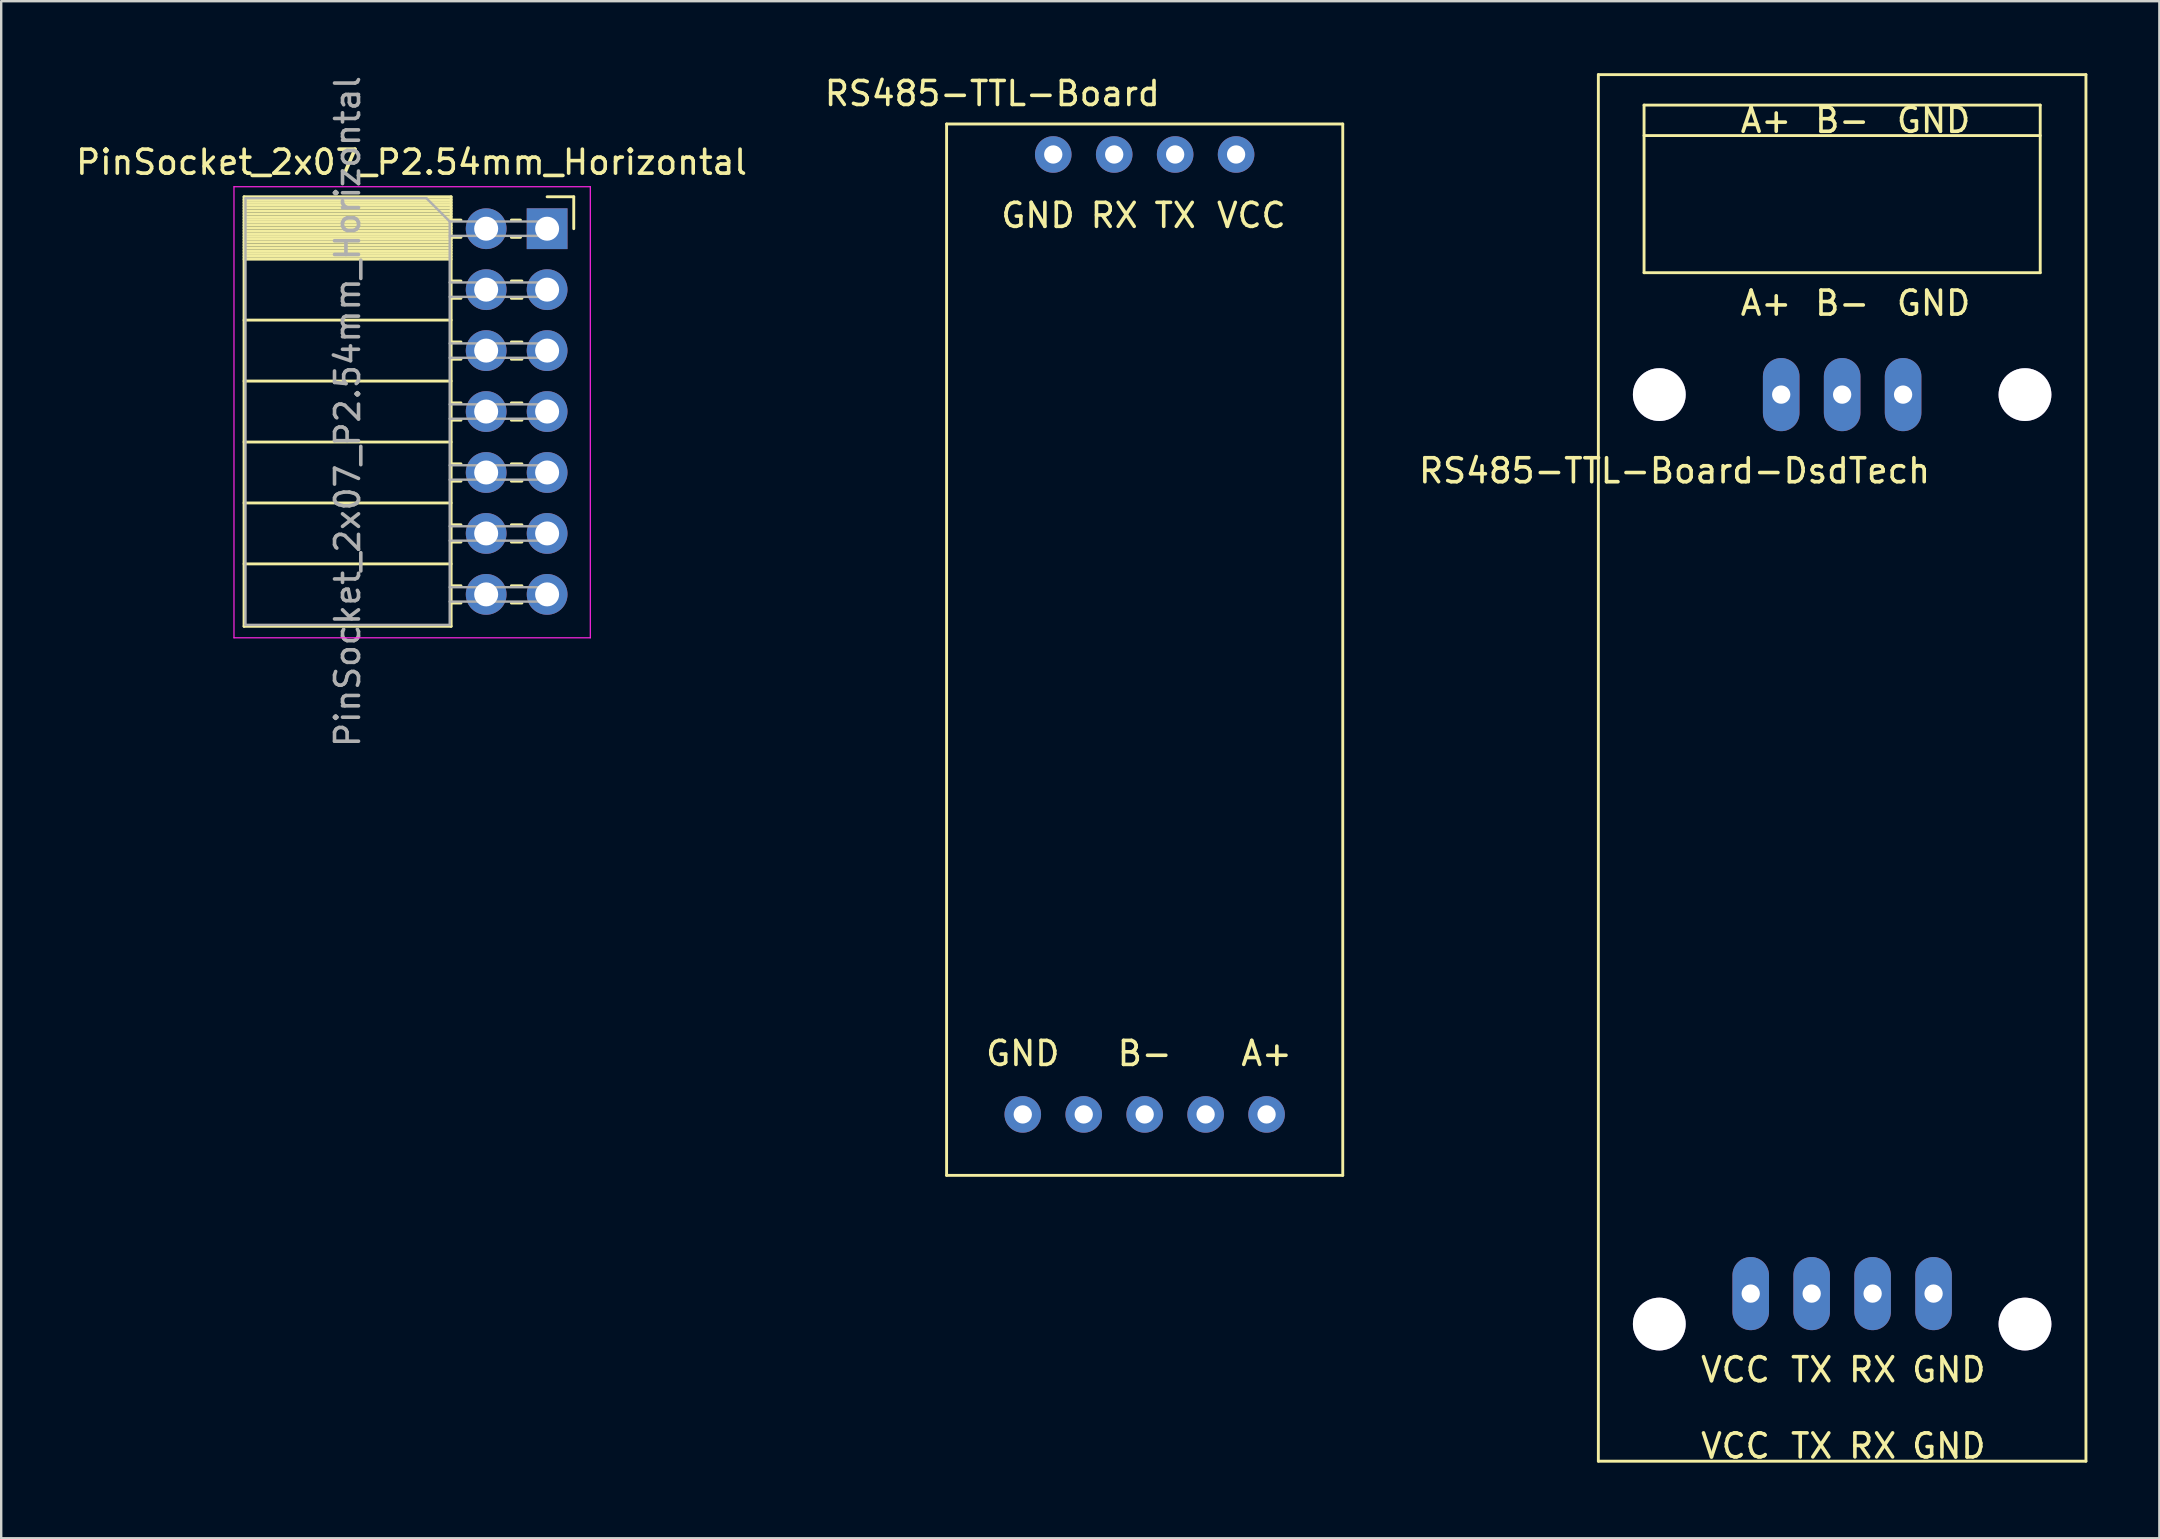
<source format=kicad_pcb>
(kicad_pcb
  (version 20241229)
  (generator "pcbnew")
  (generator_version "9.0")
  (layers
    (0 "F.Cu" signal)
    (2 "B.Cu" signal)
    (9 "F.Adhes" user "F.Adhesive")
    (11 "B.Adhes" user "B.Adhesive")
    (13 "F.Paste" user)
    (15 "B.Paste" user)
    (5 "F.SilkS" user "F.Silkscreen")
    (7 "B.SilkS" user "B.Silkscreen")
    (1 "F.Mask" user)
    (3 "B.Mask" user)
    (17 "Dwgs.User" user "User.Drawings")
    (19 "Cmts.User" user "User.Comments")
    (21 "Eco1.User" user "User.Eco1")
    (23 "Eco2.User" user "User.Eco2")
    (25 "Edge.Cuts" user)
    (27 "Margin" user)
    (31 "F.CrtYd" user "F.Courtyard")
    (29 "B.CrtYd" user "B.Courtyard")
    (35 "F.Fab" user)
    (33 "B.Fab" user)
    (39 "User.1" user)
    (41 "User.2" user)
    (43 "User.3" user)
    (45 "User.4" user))
  (footprint "RS485-TTL-Board"
    (layer "F.Cu")
    (at 44.654 23.708)
    (property "Reference" "RS485-TTL-Board" (at -6.35 -22.86 0) (layer "F.SilkS") (effects (font (size 1 1) (thickness 0.15))))
    (attr through_hole)
    (fp_line (start -8.255 -21.59) (end -8.255 22.225) (stroke (width 0.12) (type solid)) (layer "F.SilkS"))
    (fp_line (start -8.255 -21.59) (end 8.255 -21.59) (stroke (width 0.12) (type solid)) (layer "F.SilkS"))
    (fp_line (start -8.255 22.225) (end 8.255 22.225) (stroke (width 0.12) (type solid)) (layer "F.SilkS"))
    (fp_line (start 8.255 22.225) (end 8.255 -21.59) (stroke (width 0.12) (type solid)) (layer "F.SilkS"))
    (fp_text user "GND" (at -4.445 -17.78 0) (layer "F.SilkS") (effects (font (size 1 1) (thickness 0.15))))
    (fp_text user "RX" (at -1.27 -17.78 0) (layer "F.SilkS") (effects (font (size 1 1) (thickness 0.15))))
    (fp_text user "TX" (at 1.27 -17.78 0) (layer "F.SilkS") (effects (font (size 1 1) (thickness 0.15))))
    (fp_text user "VCC" (at 4.445 -17.78 0) (layer "F.SilkS") (effects (font (size 1 1) (thickness 0.15))))
    (fp_text user "A+" (at 5.08 17.145 0) (layer "F.SilkS") (effects (font (size 1 1) (thickness 0.15))))
    (fp_text user "GND" (at -5.08 17.145 0) (layer "F.SilkS") (effects (font (size 1 1) (thickness 0.15))))
    (fp_text user "B-" (at 0 17.145 0) (layer "F.SilkS") (effects (font (size 1 1) (thickness 0.15))))
    (pad "" thru_hole circle (at -2.54 19.685) (size 1.524 1.524) (drill 0.762) (layers "*.Cu" "*.Mask"))
    (pad "" thru_hole circle (at 2.54 19.685) (size 1.524 1.524) (drill 0.762) (layers "*.Cu" "*.Mask"))
    (pad "1" thru_hole circle (at 3.81 -20.32) (size 1.524 1.524) (drill 0.762) (layers "*.Cu" "*.Mask"))
    (pad "2" thru_hole circle (at 1.27 -20.32) (size 1.524 1.524) (drill 0.762) (layers "*.Cu" "*.Mask"))
    (pad "3" thru_hole circle (at -1.27 -20.32) (size 1.524 1.524) (drill 0.762) (layers "*.Cu" "*.Mask"))
    (pad "4" thru_hole circle (at -3.81 -20.32) (size 1.524 1.524) (drill 0.762) (layers "*.Cu" "*.Mask"))
    (pad "5" thru_hole circle (at -5.08 19.685) (size 1.524 1.524) (drill 0.762) (layers "*.Cu" "*.Mask"))
    (pad "6" thru_hole circle (at 0 19.685) (size 1.524 1.524) (drill 0.762) (layers "*.Cu" "*.Mask"))
    (pad "7" thru_hole circle (at 5.08 19.685) (size 1.524 1.524) (drill 0.762) (layers "*.Cu" "*.Mask")))
  (footprint "RS485-TTL-Board-DsdTech"
    (layer "F.Cu")
    (at 73.721 29.905)
    (property "Reference" "RS485-TTL-Board-DsdTech" (at -6.985 -13.335 0) (layer "F.SilkS") (effects (font (size 1 1) (thickness 0.15))))
    (attr through_hole)
    (fp_line (start -10.16 -29.845) (end -10.16 27.94) (stroke (width 0.12) (type solid)) (layer "F.SilkS"))
    (fp_line (start -10.16 -29.845) (end 10.16 -29.845) (stroke (width 0.12) (type solid)) (layer "F.SilkS"))
    (fp_line (start -10.16 27.94) (end 10.16 27.94) (stroke (width 0.12) (type solid)) (layer "F.SilkS"))
    (fp_line (start -8.255 -28.575) (end 8.255 -28.575) (stroke (width 0.12) (type solid)) (layer "F.SilkS"))
    (fp_line (start -8.255 -27.305) (end 8.255 -27.305) (stroke (width 0.12) (type solid)) (layer "F.SilkS"))
    (fp_line (start -8.255 -21.59) (end -8.255 -28.575) (stroke (width 0.12) (type solid)) (layer "F.SilkS"))
    (fp_line (start 8.255 -28.575) (end 8.255 -21.59) (stroke (width 0.12) (type solid)) (layer "F.SilkS"))
    (fp_line (start 8.255 -21.59) (end -8.255 -21.59) (stroke (width 0.12) (type solid)) (layer "F.SilkS"))
    (fp_line (start 10.16 27.94) (end 10.16 -29.845) (stroke (width 0.12) (type solid)) (layer "F.SilkS"))
    (fp_text user "TX" (at -1.27 24.13 0) (layer "F.SilkS") (effects (font (size 1 1) (thickness 0.15))))
    (fp_text user "VCC" (at -4.445 27.305 0) (layer "F.SilkS") (effects (font (size 1 1) (thickness 0.15))))
    (fp_text user "B-" (at 0 -27.94 0) (layer "F.SilkS") (effects (font (size 1 1) (thickness 0.15))))
    (fp_text user "RX" (at 1.27 24.13 0) (layer "F.SilkS") (effects (font (size 1 1) (thickness 0.15))))
    (fp_text user "A+" (at -3.175 -20.32 0) (layer "F.SilkS") (effects (font (size 1 1) (thickness 0.15))))
    (fp_text user "GND" (at 3.81 -27.94 0) (layer "F.SilkS") (effects (font (size 1 1) (thickness 0.15))))
    (fp_text user "RX" (at 1.27 27.305 0) (layer "F.SilkS") (effects (font (size 1 1) (thickness 0.15))))
    (fp_text user "B-" (at 0 -20.32 0) (layer "F.SilkS") (effects (font (size 1 1) (thickness 0.15))))
    (fp_text user "GND" (at 4.445 24.13 0) (layer "F.SilkS") (effects (font (size 1 1) (thickness 0.15))))
    (fp_text user "GND" (at 4.445 27.305 0) (layer "F.SilkS") (effects (font (size 1 1) (thickness 0.15))))
    (fp_text user "GND" (at 3.81 -20.32 0) (layer "F.SilkS") (effects (font (size 1 1) (thickness 0.15))))
    (fp_text user "TX" (at -1.27 27.305 0) (layer "F.SilkS") (effects (font (size 1 1) (thickness 0.15))))
    (fp_text user "VCC" (at -4.445 24.13 0) (layer "F.SilkS") (effects (font (size 1 1) (thickness 0.15))))
    (fp_text user "A+" (at -3.175 -27.94 0) (layer "F.SilkS") (effects (font (size 1 1) (thickness 0.15))))
    (pad "1" thru_hole oval (at -3.81 20.955) (size 1.524 3.048) (drill 0.762) (layers "*.Cu" "*.Mask"))
    (pad "2" thru_hole oval (at -1.27 20.955) (size 1.524 3.048) (drill 0.762) (layers "*.Cu" "*.Mask"))
    (pad "3" thru_hole oval (at 1.27 20.955) (size 1.524 3.048) (drill 0.762) (layers "*.Cu" "*.Mask"))
    (pad "4" thru_hole oval (at 3.81 20.955) (size 1.524 3.048) (drill 0.762) (layers "*.Cu" "*.Mask"))
    (pad "5" thru_hole oval (at 2.54 -16.51) (size 1.524 3.048) (drill 0.762) (layers "*.Cu" "*.Mask"))
    (pad "6" thru_hole oval (at 0 -16.51) (size 1.524 3.048) (drill 0.762) (layers "*.Cu" "*.Mask"))
    (pad "7" thru_hole oval (at -2.54 -16.51) (size 1.524 3.048) (drill 0.762) (layers "*.Cu" "*.Mask"))
    (pad "8" thru_hole circle (at -7.62 -16.51) (size 2.2 2.2) (drill 2.2) (layers "*.Cu" "*.Mask"))
    (pad "8" thru_hole circle (at -7.62 22.225) (size 2.2 2.2) (drill 2.2) (layers "*.Cu" "*.Mask"))
    (pad "8" thru_hole circle (at 7.62 -16.51) (size 2.2 2.2) (drill 2.2) (layers "*.Cu" "*.Mask"))
    (pad "8" thru_hole circle (at 7.62 22.225) (size 2.2 2.2) (drill 2.2) (layers "*.Cu" "*.Mask")))
  (footprint "PinSocket_2x07_P2.54mm_Horizontal"
    (layer "F.Cu")
    (at 19.751 6.481)
    (property "Reference" "PinSocket_2x07_P2.54mm_Horizontal" (at -5.65 -2.77 0) (layer "F.SilkS") (effects (font (size 1 1) (thickness 0.15))))
    (attr through_hole)
    (fp_line (start -12.63 -1.33) (end -12.63 16.57) (stroke (width 0.12) (type solid)) (layer "F.SilkS"))
    (fp_line (start -12.63 -1.33) (end -4 -1.33) (stroke (width 0.12) (type solid)) (layer "F.SilkS"))
    (fp_line (start -12.63 -1.21) (end -4 -1.21) (stroke (width 0.12) (type solid)) (layer "F.SilkS"))
    (fp_line (start -12.63 -1.092) (end -4 -1.092) (stroke (width 0.12) (type solid)) (layer "F.SilkS"))
    (fp_line (start -12.63 -0.974) (end -4 -0.974) (stroke (width 0.12) (type solid)) (layer "F.SilkS"))
    (fp_line (start -12.63 -0.856) (end -4 -0.856) (stroke (width 0.12) (type solid)) (layer "F.SilkS"))
    (fp_line (start -12.63 -0.738) (end -4 -0.738) (stroke (width 0.12) (type solid)) (layer "F.SilkS"))
    (fp_line (start -12.63 -0.62) (end -4 -0.62) (stroke (width 0.12) (type solid)) (layer "F.SilkS"))
    (fp_line (start -12.63 -0.501) (end -4 -0.501) (stroke (width 0.12) (type solid)) (layer "F.SilkS"))
    (fp_line (start -12.63 -0.383) (end -4 -0.383) (stroke (width 0.12) (type solid)) (layer "F.SilkS"))
    (fp_line (start -12.63 -0.265) (end -4 -0.265) (stroke (width 0.12) (type solid)) (layer "F.SilkS"))
    (fp_line (start -12.63 -0.147) (end -4 -0.147) (stroke (width 0.12) (type solid)) (layer "F.SilkS"))
    (fp_line (start -12.63 -0.029) (end -4 -0.029) (stroke (width 0.12) (type solid)) (layer "F.SilkS"))
    (fp_line (start -12.63 0.089) (end -4 0.089) (stroke (width 0.12) (type solid)) (layer "F.SilkS"))
    (fp_line (start -12.63 0.207) (end -4 0.207) (stroke (width 0.12) (type solid)) (layer "F.SilkS"))
    (fp_line (start -12.63 0.325) (end -4 0.325) (stroke (width 0.12) (type solid)) (layer "F.SilkS"))
    (fp_line (start -12.63 0.443) (end -4 0.443) (stroke (width 0.12) (type solid)) (layer "F.SilkS"))
    (fp_line (start -12.63 0.561) (end -4 0.561) (stroke (width 0.12) (type solid)) (layer "F.SilkS"))
    (fp_line (start -12.63 0.68) (end -4 0.68) (stroke (width 0.12) (type solid)) (layer "F.SilkS"))
    (fp_line (start -12.63 0.798) (end -4 0.798) (stroke (width 0.12) (type solid)) (layer "F.SilkS"))
    (fp_line (start -12.63 0.916) (end -4 0.916) (stroke (width 0.12) (type solid)) (layer "F.SilkS"))
    (fp_line (start -12.63 1.034) (end -4 1.034) (stroke (width 0.12) (type solid)) (layer "F.SilkS"))
    (fp_line (start -12.63 1.152) (end -4 1.152) (stroke (width 0.12) (type solid)) (layer "F.SilkS"))
    (fp_line (start -12.63 1.27) (end -4 1.27) (stroke (width 0.12) (type solid)) (layer "F.SilkS"))
    (fp_line (start -12.63 3.81) (end -4 3.81) (stroke (width 0.12) (type solid)) (layer "F.SilkS"))
    (fp_line (start -12.63 6.35) (end -4 6.35) (stroke (width 0.12) (type solid)) (layer "F.SilkS"))
    (fp_line (start -12.63 8.89) (end -4 8.89) (stroke (width 0.12) (type solid)) (layer "F.SilkS"))
    (fp_line (start -12.63 11.43) (end -4 11.43) (stroke (width 0.12) (type solid)) (layer "F.SilkS"))
    (fp_line (start -12.63 13.97) (end -4 13.97) (stroke (width 0.12) (type solid)) (layer "F.SilkS"))
    (fp_line (start -12.63 16.57) (end -4 16.57) (stroke (width 0.12) (type solid)) (layer "F.SilkS"))
    (fp_line (start -4 -1.33) (end -4 16.57) (stroke (width 0.12) (type solid)) (layer "F.SilkS"))
    (fp_line (start -4 -0.36) (end -3.59 -0.36) (stroke (width 0.12) (type solid)) (layer "F.SilkS"))
    (fp_line (start -4 0.36) (end -3.59 0.36) (stroke (width 0.12) (type solid)) (layer "F.SilkS"))
    (fp_line (start -4 2.18) (end -3.59 2.18) (stroke (width 0.12) (type solid)) (layer "F.SilkS"))
    (fp_line (start -4 2.9) (end -3.59 2.9) (stroke (width 0.12) (type solid)) (layer "F.SilkS"))
    (fp_line (start -4 4.72) (end -3.59 4.72) (stroke (width 0.12) (type solid)) (layer "F.SilkS"))
    (fp_line (start -4 5.44) (end -3.59 5.44) (stroke (width 0.12) (type solid)) (layer "F.SilkS"))
    (fp_line (start -4 7.26) (end -3.59 7.26) (stroke (width 0.12) (type solid)) (layer "F.SilkS"))
    (fp_line (start -4 7.98) (end -3.59 7.98) (stroke (width 0.12) (type solid)) (layer "F.SilkS"))
    (fp_line (start -4 9.8) (end -3.59 9.8) (stroke (width 0.12) (type solid)) (layer "F.SilkS"))
    (fp_line (start -4 10.52) (end -3.59 10.52) (stroke (width 0.12) (type solid)) (layer "F.SilkS"))
    (fp_line (start -4 12.34) (end -3.59 12.34) (stroke (width 0.12) (type solid)) (layer "F.SilkS"))
    (fp_line (start -4 13.06) (end -3.59 13.06) (stroke (width 0.12) (type solid)) (layer "F.SilkS"))
    (fp_line (start -4 14.88) (end -3.59 14.88) (stroke (width 0.12) (type solid)) (layer "F.SilkS"))
    (fp_line (start -4 15.6) (end -3.59 15.6) (stroke (width 0.12) (type solid)) (layer "F.SilkS"))
    (fp_line (start -1.49 -0.36) (end -1.11 -0.36) (stroke (width 0.12) (type solid)) (layer "F.SilkS"))
    (fp_line (start -1.49 0.36) (end -1.11 0.36) (stroke (width 0.12) (type solid)) (layer "F.SilkS"))
    (fp_line (start -1.49 2.18) (end -1.05 2.18) (stroke (width 0.12) (type solid)) (layer "F.SilkS"))
    (fp_line (start -1.49 2.9) (end -1.05 2.9) (stroke (width 0.12) (type solid)) (layer "F.SilkS"))
    (fp_line (start -1.49 4.72) (end -1.05 4.72) (stroke (width 0.12) (type solid)) (layer "F.SilkS"))
    (fp_line (start -1.49 5.44) (end -1.05 5.44) (stroke (width 0.12) (type solid)) (layer "F.SilkS"))
    (fp_line (start -1.49 7.26) (end -1.05 7.26) (stroke (width 0.12) (type solid)) (layer "F.SilkS"))
    (fp_line (start -1.49 7.98) (end -1.05 7.98) (stroke (width 0.12) (type solid)) (layer "F.SilkS"))
    (fp_line (start -1.49 9.8) (end -1.05 9.8) (stroke (width 0.12) (type solid)) (layer "F.SilkS"))
    (fp_line (start -1.49 10.52) (end -1.05 10.52) (stroke (width 0.12) (type solid)) (layer "F.SilkS"))
    (fp_line (start -1.49 12.34) (end -1.05 12.34) (stroke (width 0.12) (type solid)) (layer "F.SilkS"))
    (fp_line (start -1.49 13.06) (end -1.05 13.06) (stroke (width 0.12) (type solid)) (layer "F.SilkS"))
    (fp_line (start -1.49 14.88) (end -1.05 14.88) (stroke (width 0.12) (type solid)) (layer "F.SilkS"))
    (fp_line (start -1.49 15.6) (end -1.05 15.6) (stroke (width 0.12) (type solid)) (layer "F.SilkS"))
    (fp_line (start 0 -1.33) (end 1.11 -1.33) (stroke (width 0.12) (type solid)) (layer "F.SilkS"))
    (fp_line (start 1.11 -1.33) (end 1.11 0) (stroke (width 0.12) (type solid)) (layer "F.SilkS"))
    (fp_line (start -13.05 -1.75) (end -13.05 17.05) (stroke (width 0.05) (type solid)) (layer "F.CrtYd"))
    (fp_line (start -13.05 17.05) (end 1.8 17.05) (stroke (width 0.05) (type solid)) (layer "F.CrtYd"))
    (fp_line (start 1.8 -1.75) (end -13.05 -1.75) (stroke (width 0.05) (type solid)) (layer "F.CrtYd"))
    (fp_line (start 1.8 17.05) (end 1.8 -1.75) (stroke (width 0.05) (type solid)) (layer "F.CrtYd"))
    (fp_line (start -12.57 -1.27) (end -5.03 -1.27) (stroke (width 0.1) (type solid)) (layer "F.Fab"))
    (fp_line (start -12.57 16.51) (end -12.57 -1.27) (stroke (width 0.1) (type solid)) (layer "F.Fab"))
    (fp_line (start -5.03 -1.27) (end -4.06 -0.3) (stroke (width 0.1) (type solid)) (layer "F.Fab"))
    (fp_line (start -4.06 -0.3) (end -4.06 16.51) (stroke (width 0.1) (type solid)) (layer "F.Fab"))
    (fp_line (start -4.06 0.3) (end 0 0.3) (stroke (width 0.1) (type solid)) (layer "F.Fab"))
    (fp_line (start -4.06 2.84) (end 0 2.84) (stroke (width 0.1) (type solid)) (layer "F.Fab"))
    (fp_line (start -4.06 5.38) (end 0 5.38) (stroke (width 0.1) (type solid)) (layer "F.Fab"))
    (fp_line (start -4.06 7.92) (end 0 7.92) (stroke (width 0.1) (type solid)) (layer "F.Fab"))
    (fp_line (start -4.06 10.46) (end 0 10.46) (stroke (width 0.1) (type solid)) (layer "F.Fab"))
    (fp_line (start -4.06 13) (end 0 13) (stroke (width 0.1) (type solid)) (layer "F.Fab"))
    (fp_line (start -4.06 15.54) (end 0 15.54) (stroke (width 0.1) (type solid)) (layer "F.Fab"))
    (fp_line (start -4.06 16.51) (end -12.57 16.51) (stroke (width 0.1) (type solid)) (layer "F.Fab"))
    (fp_line (start 0 -0.3) (end -4.06 -0.3) (stroke (width 0.1) (type solid)) (layer "F.Fab"))
    (fp_line (start 0 0.3) (end 0 -0.3) (stroke (width 0.1) (type solid)) (layer "F.Fab"))
    (fp_line (start 0 2.24) (end -4.06 2.24) (stroke (width 0.1) (type solid)) (layer "F.Fab"))
    (fp_line (start 0 2.84) (end 0 2.24) (stroke (width 0.1) (type solid)) (layer "F.Fab"))
    (fp_line (start 0 4.78) (end -4.06 4.78) (stroke (width 0.1) (type solid)) (layer "F.Fab"))
    (fp_line (start 0 5.38) (end 0 4.78) (stroke (width 0.1) (type solid)) (layer "F.Fab"))
    (fp_line (start 0 7.32) (end -4.06 7.32) (stroke (width 0.1) (type solid)) (layer "F.Fab"))
    (fp_line (start 0 7.92) (end 0 7.32) (stroke (width 0.1) (type solid)) (layer "F.Fab"))
    (fp_line (start 0 9.86) (end -4.06 9.86) (stroke (width 0.1) (type solid)) (layer "F.Fab"))
    (fp_line (start 0 10.46) (end 0 9.86) (stroke (width 0.1) (type solid)) (layer "F.Fab"))
    (fp_line (start 0 12.4) (end -4.06 12.4) (stroke (width 0.1) (type solid)) (layer "F.Fab"))
    (fp_line (start 0 13) (end 0 12.4) (stroke (width 0.1) (type solid)) (layer "F.Fab"))
    (fp_line (start 0 14.94) (end -4.06 14.94) (stroke (width 0.1) (type solid)) (layer "F.Fab"))
    (fp_line (start 0 15.54) (end 0 14.94) (stroke (width 0.1) (type solid)) (layer "F.Fab"))
    (fp_text user "${REFERENCE}" (at -8.315 7.62 90) (layer "F.Fab") (effects (font (size 1 1) (thickness 0.15))))
    (pad "1" thru_hole rect (at 0 0) (size 1.7 1.7) (drill 1) (layers "*.Cu" "*.Mask"))
    (pad "2" thru_hole oval (at -2.54 0) (size 1.7 1.7) (drill 1) (layers "*.Cu" "*.Mask"))
    (pad "3" thru_hole oval (at 0 2.54) (size 1.7 1.7) (drill 1) (layers "*.Cu" "*.Mask"))
    (pad "4" thru_hole oval (at -2.54 2.54) (size 1.7 1.7) (drill 1) (layers "*.Cu" "*.Mask"))
    (pad "5" thru_hole oval (at 0 5.08) (size 1.7 1.7) (drill 1) (layers "*.Cu" "*.Mask"))
    (pad "6" thru_hole oval (at -2.54 5.08) (size 1.7 1.7) (drill 1) (layers "*.Cu" "*.Mask"))
    (pad "7" thru_hole oval (at 0 7.62) (size 1.7 1.7) (drill 1) (layers "*.Cu" "*.Mask"))
    (pad "8" thru_hole oval (at -2.54 7.62) (size 1.7 1.7) (drill 1) (layers "*.Cu" "*.Mask"))
    (pad "9" thru_hole oval (at 0 10.16) (size 1.7 1.7) (drill 1) (layers "*.Cu" "*.Mask"))
    (pad "10" thru_hole oval (at -2.54 10.16) (size 1.7 1.7) (drill 1) (layers "*.Cu" "*.Mask"))
    (pad "11" thru_hole oval (at 0 12.7) (size 1.7 1.7) (drill 1) (layers "*.Cu" "*.Mask"))
    (pad "12" thru_hole oval (at -2.54 12.7) (size 1.7 1.7) (drill 1) (layers "*.Cu" "*.Mask"))
    (pad "13" thru_hole oval (at 0 15.24) (size 1.7 1.7) (drill 1) (layers "*.Cu" "*.Mask"))
    (pad "14" thru_hole oval (at -2.54 15.24) (size 1.7 1.7) (drill 1) (layers "*.Cu" "*.Mask")))
  (gr_rect
    (start -3 -3)
    (end 86.941 61.058)
    (stroke (width 0.1) (type default))
    (fill no)
    (layer "Edge.Cuts")))
</source>
